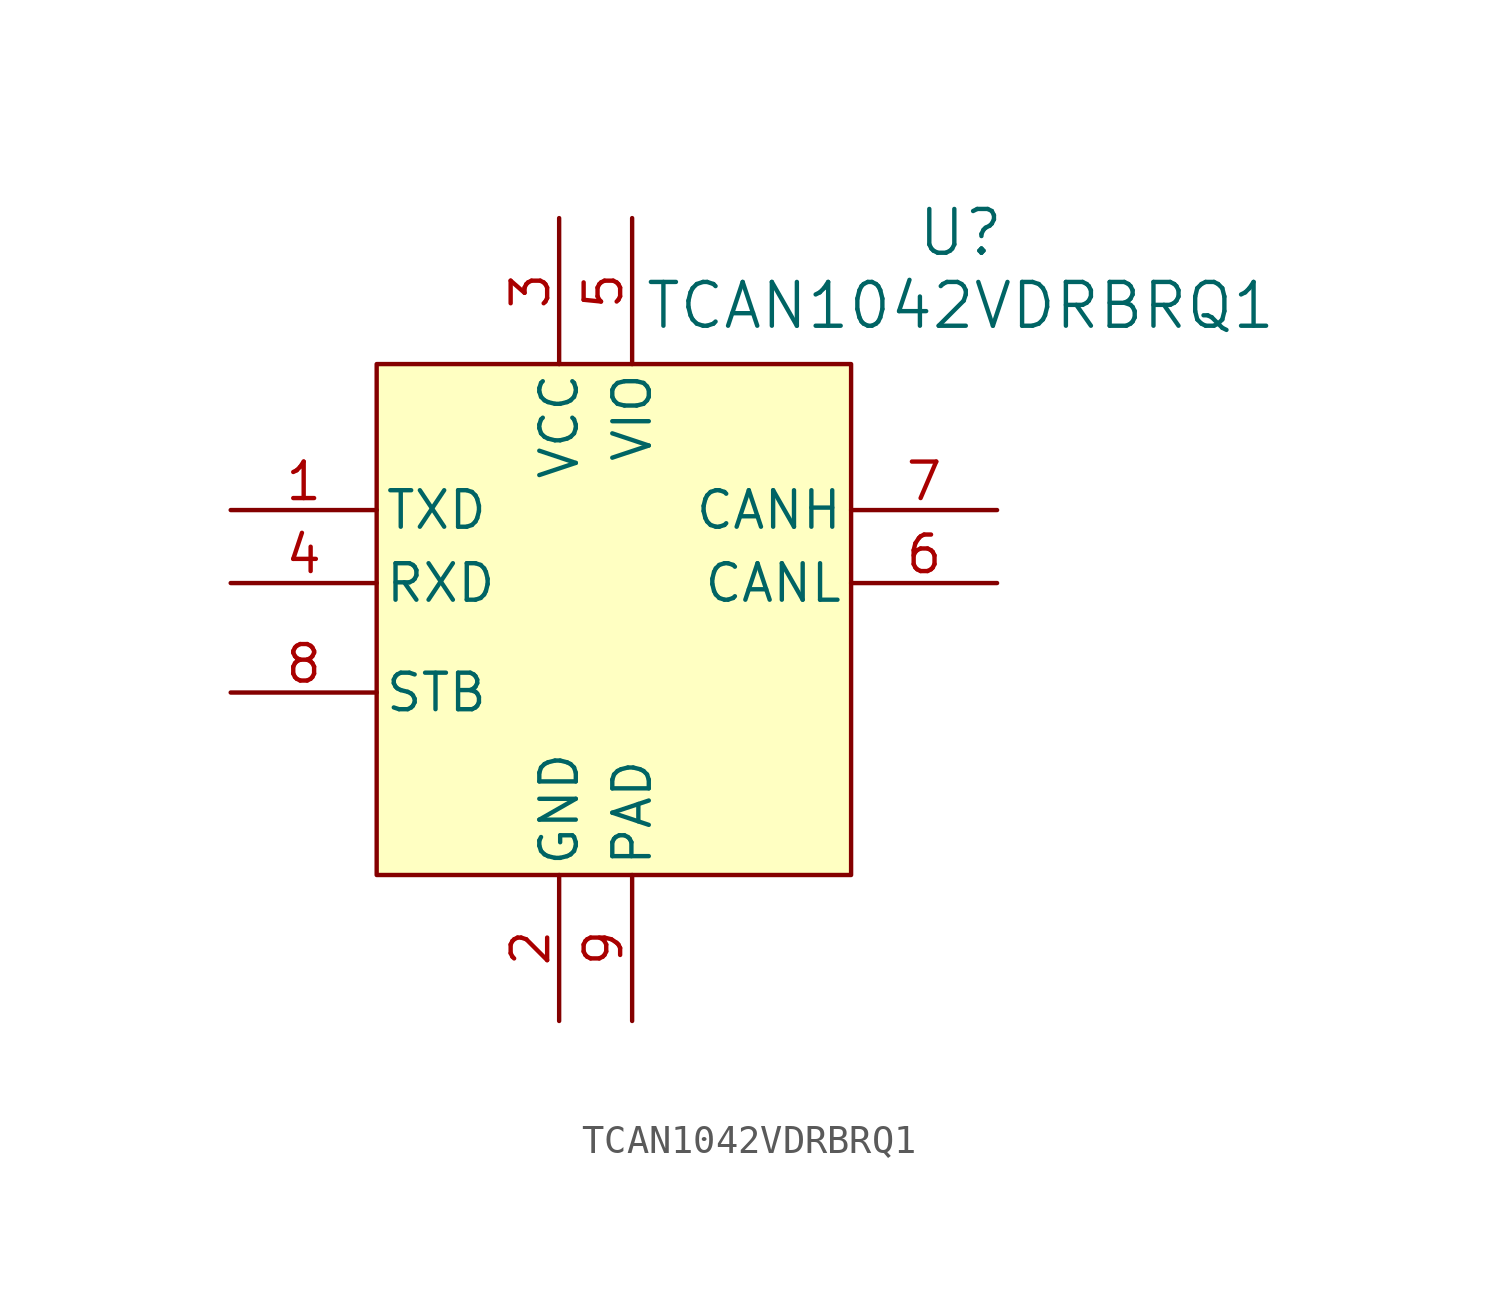
<source format=kicad_sym>
(kicad_symbol_lib
  (version 20241209)
  (generator "kicad_symbol_editor")
  (generator_version "9.0")
  (symbol "TCAN1042VDRBRQ1"
    (pin_names
      (offset 0.254))
    (property "Reference" "U"
      (at 25.4 9.652 0)
      (effects (font (size 1.524 1.524))))
    (property "Value" "TCAN1042VDRBRQ1"
      (at 25.4 7.112 0)
      (effects (font (size 1.524 1.524))))
    (property "ki_locked" ""
      (at 0 0 0)
      (effects (font (size 1.27 1.27))))
    (symbol "TCAN1042VDRBRQ1_0_1"
      (pin input line (at 0 0 0) (length 5.08) (name "TXD" (effects (font (size 1.27 1.27)))) (number "1" (effects (font (size 1.27 1.27)))))
      (pin output line (at 0 -2.54 0) (length 5.08) (name "RXD" (effects (font (size 1.27 1.27)))) (number "4" (effects (font (size 1.27 1.27)))))
      (pin input line (at 0 -6.35 0) (length 5.08) (name "STB" (effects (font (size 1.27 1.27)))) (number "8" (effects (font (size 1.27 1.27)))))
      (pin power_in line (at 11.43 10.16 270) (length 5.08) (name "VCC" (effects (font (size 1.27 1.27)))) (number "3" (effects (font (size 1.27 1.27)))))
      (pin power_in line (at 11.43 -17.78 90) (length 5.08) (name "GND" (effects (font (size 1.27 1.27)))) (number "2" (effects (font (size 1.27 1.27)))))
      (pin power_in line (at 13.97 10.16 270) (length 5.08) (name "VIO" (effects (font (size 1.27 1.27)))) (number "5" (effects (font (size 1.27 1.27)))))
      (pin power_in line (at 13.97 -17.78 90) (length 5.08) (name "PAD" (effects (font (size 1.27 1.27)))) (number "9" (effects (font (size 1.27 1.27)))))
      (pin bidirectional line (at 26.67 0 180) (length 5.08) (name "CANH" (effects (font (size 1.27 1.27)))) (number "7" (effects (font (size 1.27 1.27)))))
      (pin bidirectional line (at 26.67 -2.54 180) (length 5.08) (name "CANL" (effects (font (size 1.27 1.27)))) (number "6" (effects (font (size 1.27 1.27))))))
    (symbol "TCAN1042VDRBRQ1_1_1"
      (rectangle (start 5.08 5.08) (end 21.59 -12.7) (stroke (width 0) (type solid)) (fill (type background))))))
</source>
